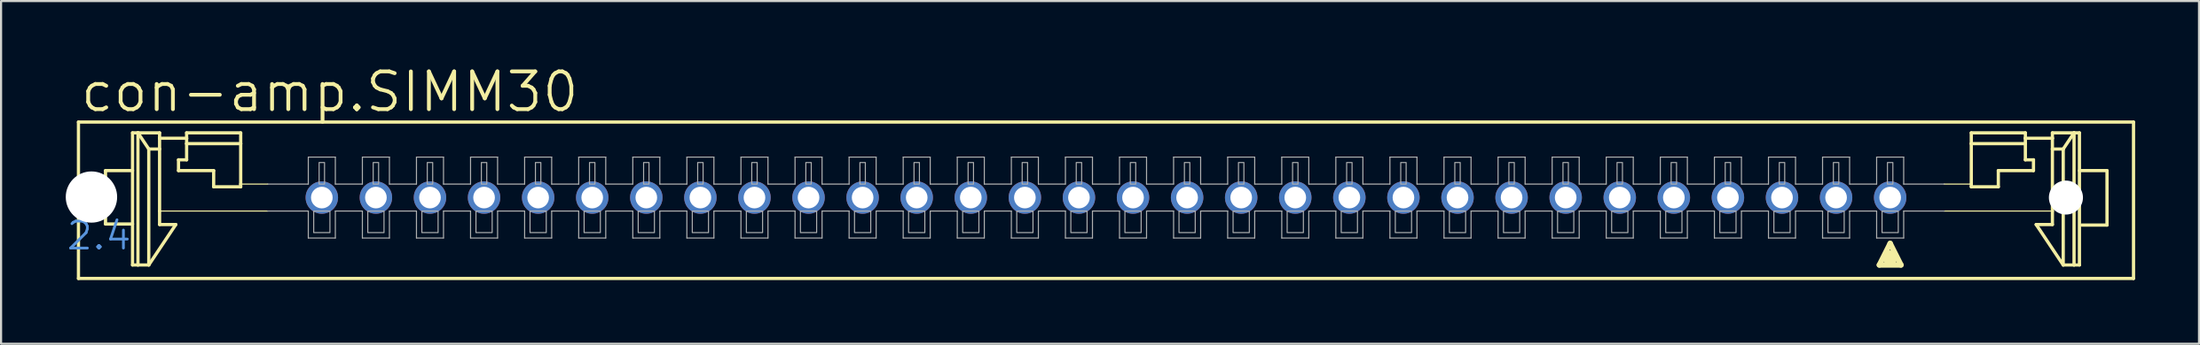
<source format=kicad_pcb>
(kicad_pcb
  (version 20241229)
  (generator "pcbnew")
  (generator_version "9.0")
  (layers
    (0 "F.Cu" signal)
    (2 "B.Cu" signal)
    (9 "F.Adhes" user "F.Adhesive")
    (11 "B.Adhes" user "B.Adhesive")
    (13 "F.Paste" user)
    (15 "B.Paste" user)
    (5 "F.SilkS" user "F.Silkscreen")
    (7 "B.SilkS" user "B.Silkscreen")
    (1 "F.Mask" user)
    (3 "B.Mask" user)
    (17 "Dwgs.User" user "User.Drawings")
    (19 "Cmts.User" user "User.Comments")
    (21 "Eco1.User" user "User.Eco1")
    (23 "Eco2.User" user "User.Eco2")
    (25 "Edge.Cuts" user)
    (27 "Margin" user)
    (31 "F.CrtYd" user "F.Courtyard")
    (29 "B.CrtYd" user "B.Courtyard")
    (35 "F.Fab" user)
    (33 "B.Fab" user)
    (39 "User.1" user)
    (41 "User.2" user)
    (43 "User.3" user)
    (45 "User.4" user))
  (footprint "con-amp.SIMM30"
    (layer "F.Cu")
    (at 48.895 6.255)
    (property "Reference" "con-amp.SIMM30" (at -48.26 -3.937 0) (layer "F.SilkS") (effects (font (size 1.778 1.778) (thickness 0.18)) (justify left bottom)))
    (attr through_hole)
    (fp_line (start -48.26 -3.556) (end -48.26 3.81) (stroke (width 0.152) (type default)) (layer "F.SilkS"))
    (fp_line (start -48.26 3.81) (end 48.26 3.81) (stroke (width 0.152) (type default)) (layer "F.SilkS"))
    (fp_line (start -46.99 -1.27) (end -46.99 1.245) (stroke (width 0.152) (type default)) (layer "F.SilkS"))
    (fp_line (start -46.99 1.245) (end -45.72 1.245) (stroke (width 0.152) (type default)) (layer "F.SilkS"))
    (fp_line (start -45.72 -3.048) (end -45.72 3.175) (stroke (width 0.152) (type default)) (layer "F.SilkS"))
    (fp_line (start -45.72 -3.048) (end -45.466 -3.048) (stroke (width 0.152) (type default)) (layer "F.SilkS"))
    (fp_line (start -45.72 -1.27) (end -46.99 -1.27) (stroke (width 0.152) (type default)) (layer "F.SilkS"))
    (fp_line (start -45.466 -3.048) (end -45.466 3.175) (stroke (width 0.152) (type default)) (layer "F.SilkS"))
    (fp_line (start -45.466 -3.048) (end -44.958 -2.286) (stroke (width 0.152) (type default)) (layer "F.SilkS"))
    (fp_line (start -45.466 -3.048) (end -44.45 -3.048) (stroke (width 0.152) (type default)) (layer "F.SilkS"))
    (fp_line (start -45.466 3.175) (end -45.72 3.175) (stroke (width 0.152) (type default)) (layer "F.SilkS"))
    (fp_line (start -44.958 3.175) (end -45.466 3.175) (stroke (width 0.152) (type default)) (layer "F.SilkS"))
    (fp_line (start -44.958 3.175) (end -44.958 -2.286) (stroke (width 0.152) (type default)) (layer "F.SilkS"))
    (fp_line (start -44.45 -3.048) (end -44.45 -2.794) (stroke (width 0.152) (type default)) (layer "F.SilkS"))
    (fp_line (start -44.45 -2.794) (end -44.45 -2.286) (stroke (width 0.152) (type default)) (layer "F.SilkS"))
    (fp_line (start -44.45 -2.794) (end -43.18 -2.794) (stroke (width 0.152) (type default)) (layer "F.SilkS"))
    (fp_line (start -44.45 -2.286) (end -44.958 -2.286) (stroke (width 0.152) (type default)) (layer "F.SilkS"))
    (fp_line (start -44.45 0.635) (end -44.45 -2.286) (stroke (width 0.152) (type default)) (layer "F.SilkS"))
    (fp_line (start -44.45 1.27) (end -44.45 0.635) (stroke (width 0.152) (type default)) (layer "F.SilkS"))
    (fp_line (start -44.45 1.27) (end -43.688 1.27) (stroke (width 0.152) (type default)) (layer "F.SilkS"))
    (fp_line (start -43.688 1.27) (end -44.958 3.175) (stroke (width 0.152) (type default)) (layer "F.SilkS"))
    (fp_line (start -43.561 -1.778) (end -43.18 -1.778) (stroke (width 0.152) (type default)) (layer "F.SilkS"))
    (fp_line (start -43.561 -1.27) (end -43.561 -1.778) (stroke (width 0.152) (type default)) (layer "F.SilkS"))
    (fp_line (start -43.18 -3.048) (end -40.64 -3.048) (stroke (width 0.152) (type default)) (layer "F.SilkS"))
    (fp_line (start -43.18 -2.794) (end -43.18 -3.048) (stroke (width 0.152) (type default)) (layer "F.SilkS"))
    (fp_line (start -43.18 -2.54) (end -43.18 -2.794) (stroke (width 0.152) (type default)) (layer "F.SilkS"))
    (fp_line (start -43.18 -2.54) (end -40.64 -2.54) (stroke (width 0.152) (type default)) (layer "F.SilkS"))
    (fp_line (start -43.18 -1.778) (end -43.18 -2.54) (stroke (width 0.152) (type default)) (layer "F.SilkS"))
    (fp_line (start -41.91 -1.27) (end -43.561 -1.27) (stroke (width 0.152) (type default)) (layer "F.SilkS"))
    (fp_line (start -41.91 -0.508) (end -41.91 -1.27) (stroke (width 0.152) (type default)) (layer "F.SilkS"))
    (fp_line (start -40.64 -3.048) (end -40.64 -2.54) (stroke (width 0.152) (type default)) (layer "F.SilkS"))
    (fp_line (start -40.64 -2.54) (end -40.64 -0.635) (stroke (width 0.152) (type default)) (layer "F.SilkS"))
    (fp_line (start -40.64 -0.635) (end -40.64 -0.508) (stroke (width 0.152) (type default)) (layer "F.SilkS"))
    (fp_line (start -40.64 -0.508) (end -41.91 -0.508) (stroke (width 0.152) (type default)) (layer "F.SilkS"))
    (fp_line (start -39.37 -0.635) (end -40.64 -0.635) (stroke (width 0.051) (type default)) (layer "F.SilkS"))
    (fp_line (start -39.37 0.635) (end -44.45 0.635) (stroke (width 0.051) (type default)) (layer "F.SilkS"))
    (fp_line (start 36.322 3.175) (end 37.338 3.175) (stroke (width 0.254) (type default)) (layer "F.SilkS"))
    (fp_line (start 36.83 2.159) (end 36.322 3.175) (stroke (width 0.254) (type default)) (layer "F.SilkS"))
    (fp_line (start 36.83 2.794) (end 36.83 2.921) (stroke (width 0.61) (type default)) (layer "F.SilkS"))
    (fp_line (start 37.338 3.175) (end 36.83 2.159) (stroke (width 0.254) (type default)) (layer "F.SilkS"))
    (fp_line (start 39.37 -0.635) (end 40.64 -0.635) (stroke (width 0.051) (type default)) (layer "F.SilkS"))
    (fp_line (start 39.37 0.635) (end 44.45 0.635) (stroke (width 0.051) (type default)) (layer "F.SilkS"))
    (fp_line (start 40.64 -3.048) (end 40.64 -2.54) (stroke (width 0.152) (type default)) (layer "F.SilkS"))
    (fp_line (start 40.64 -2.54) (end 40.64 -0.635) (stroke (width 0.152) (type default)) (layer "F.SilkS"))
    (fp_line (start 40.64 -0.635) (end 40.64 -0.508) (stroke (width 0.152) (type default)) (layer "F.SilkS"))
    (fp_line (start 40.64 -0.508) (end 41.91 -0.508) (stroke (width 0.152) (type default)) (layer "F.SilkS"))
    (fp_line (start 41.91 -1.27) (end 43.561 -1.27) (stroke (width 0.152) (type default)) (layer "F.SilkS"))
    (fp_line (start 41.91 -0.508) (end 41.91 -1.27) (stroke (width 0.152) (type default)) (layer "F.SilkS"))
    (fp_line (start 43.18 -3.048) (end 40.64 -3.048) (stroke (width 0.152) (type default)) (layer "F.SilkS"))
    (fp_line (start 43.18 -2.794) (end 43.18 -3.048) (stroke (width 0.152) (type default)) (layer "F.SilkS"))
    (fp_line (start 43.18 -2.54) (end 40.64 -2.54) (stroke (width 0.152) (type default)) (layer "F.SilkS"))
    (fp_line (start 43.18 -2.54) (end 43.18 -2.794) (stroke (width 0.152) (type default)) (layer "F.SilkS"))
    (fp_line (start 43.18 -1.778) (end 43.18 -2.54) (stroke (width 0.152) (type default)) (layer "F.SilkS"))
    (fp_line (start 43.561 -1.778) (end 43.18 -1.778) (stroke (width 0.152) (type default)) (layer "F.SilkS"))
    (fp_line (start 43.561 -1.27) (end 43.561 -1.778) (stroke (width 0.152) (type default)) (layer "F.SilkS"))
    (fp_line (start 43.688 1.27) (end 44.958 3.175) (stroke (width 0.152) (type default)) (layer "F.SilkS"))
    (fp_line (start 44.45 -3.048) (end 44.45 -2.794) (stroke (width 0.152) (type default)) (layer "F.SilkS"))
    (fp_line (start 44.45 -2.794) (end 43.18 -2.794) (stroke (width 0.152) (type default)) (layer "F.SilkS"))
    (fp_line (start 44.45 -2.794) (end 44.45 -2.286) (stroke (width 0.152) (type default)) (layer "F.SilkS"))
    (fp_line (start 44.45 -2.286) (end 44.45 0.635) (stroke (width 0.152) (type default)) (layer "F.SilkS"))
    (fp_line (start 44.45 -2.286) (end 44.958 -2.286) (stroke (width 0.152) (type default)) (layer "F.SilkS"))
    (fp_line (start 44.45 0.635) (end 44.45 1.27) (stroke (width 0.152) (type default)) (layer "F.SilkS"))
    (fp_line (start 44.45 1.27) (end 43.688 1.27) (stroke (width 0.152) (type default)) (layer "F.SilkS"))
    (fp_line (start 44.958 3.175) (end 44.958 -2.286) (stroke (width 0.152) (type default)) (layer "F.SilkS"))
    (fp_line (start 44.958 3.175) (end 45.466 3.175) (stroke (width 0.152) (type default)) (layer "F.SilkS"))
    (fp_line (start 45.466 -3.048) (end 44.45 -3.048) (stroke (width 0.152) (type default)) (layer "F.SilkS"))
    (fp_line (start 45.466 -3.048) (end 44.958 -2.286) (stroke (width 0.152) (type default)) (layer "F.SilkS"))
    (fp_line (start 45.466 -3.048) (end 45.466 3.175) (stroke (width 0.152) (type default)) (layer "F.SilkS"))
    (fp_line (start 45.466 3.175) (end 45.72 3.175) (stroke (width 0.152) (type default)) (layer "F.SilkS"))
    (fp_line (start 45.72 -3.048) (end 45.466 -3.048) (stroke (width 0.152) (type default)) (layer "F.SilkS"))
    (fp_line (start 45.72 -3.048) (end 45.72 3.175) (stroke (width 0.152) (type default)) (layer "F.SilkS"))
    (fp_line (start 45.72 -1.27) (end 47.015 -1.27) (stroke (width 0.152) (type default)) (layer "F.SilkS"))
    (fp_line (start 47.015 -1.27) (end 47.015 1.295) (stroke (width 0.152) (type default)) (layer "F.SilkS"))
    (fp_line (start 47.015 1.295) (end 45.822 1.295) (stroke (width 0.152) (type default)) (layer "F.SilkS"))
    (fp_line (start 48.26 -3.556) (end -48.26 -3.556) (stroke (width 0.152) (type default)) (layer "F.SilkS"))
    (fp_line (start 48.26 3.81) (end 48.26 -3.556) (stroke (width 0.152) (type default)) (layer "F.SilkS"))
    (fp_line (start -37.465 -0.635) (end -39.37 -0.635) (stroke (width 0.051) (type default)) (layer "F.Fab"))
    (fp_line (start -37.465 -0.635) (end -37.465 -1.905) (stroke (width 0.051) (type default)) (layer "F.Fab"))
    (fp_line (start -37.465 0.635) (end -39.37 0.635) (stroke (width 0.051) (type default)) (layer "F.Fab"))
    (fp_line (start -37.465 0.635) (end -37.465 1.905) (stroke (width 0.051) (type default)) (layer "F.Fab"))
    (fp_line (start -36.195 -1.905) (end -37.465 -1.905) (stroke (width 0.051) (type default)) (layer "F.Fab"))
    (fp_line (start -36.195 -1.905) (end -36.195 -0.635) (stroke (width 0.051) (type default)) (layer "F.Fab"))
    (fp_line (start -36.195 1.905) (end -37.465 1.905) (stroke (width 0.051) (type default)) (layer "F.Fab"))
    (fp_line (start -36.195 1.905) (end -36.195 0.635) (stroke (width 0.051) (type default)) (layer "F.Fab"))
    (fp_line (start -34.925 -0.635) (end -36.195 -0.635) (stroke (width 0.051) (type default)) (layer "F.Fab"))
    (fp_line (start -34.925 -0.635) (end -34.925 -1.905) (stroke (width 0.051) (type default)) (layer "F.Fab"))
    (fp_line (start -34.925 0.635) (end -36.195 0.635) (stroke (width 0.051) (type default)) (layer "F.Fab"))
    (fp_line (start -34.925 0.635) (end -34.925 1.905) (stroke (width 0.051) (type default)) (layer "F.Fab"))
    (fp_line (start -33.655 -1.905) (end -34.925 -1.905) (stroke (width 0.051) (type default)) (layer "F.Fab"))
    (fp_line (start -33.655 -1.905) (end -33.655 -0.635) (stroke (width 0.051) (type default)) (layer "F.Fab"))
    (fp_line (start -33.655 1.905) (end -34.925 1.905) (stroke (width 0.051) (type default)) (layer "F.Fab"))
    (fp_line (start -33.655 1.905) (end -33.655 0.635) (stroke (width 0.051) (type default)) (layer "F.Fab"))
    (fp_line (start -32.385 -0.635) (end -33.655 -0.635) (stroke (width 0.051) (type default)) (layer "F.Fab"))
    (fp_line (start -32.385 -0.635) (end -32.385 -1.905) (stroke (width 0.051) (type default)) (layer "F.Fab"))
    (fp_line (start -32.385 0.635) (end -33.655 0.635) (stroke (width 0.051) (type default)) (layer "F.Fab"))
    (fp_line (start -32.385 0.635) (end -32.385 1.905) (stroke (width 0.051) (type default)) (layer "F.Fab"))
    (fp_line (start -31.115 -1.905) (end -32.385 -1.905) (stroke (width 0.051) (type default)) (layer "F.Fab"))
    (fp_line (start -31.115 -1.905) (end -31.115 -0.635) (stroke (width 0.051) (type default)) (layer "F.Fab"))
    (fp_line (start -31.115 1.905) (end -32.385 1.905) (stroke (width 0.051) (type default)) (layer "F.Fab"))
    (fp_line (start -31.115 1.905) (end -31.115 0.635) (stroke (width 0.051) (type default)) (layer "F.Fab"))
    (fp_line (start -29.845 -0.635) (end -31.115 -0.635) (stroke (width 0.051) (type default)) (layer "F.Fab"))
    (fp_line (start -29.845 -0.635) (end -29.845 -1.905) (stroke (width 0.051) (type default)) (layer "F.Fab"))
    (fp_line (start -29.845 0.635) (end -31.115 0.635) (stroke (width 0.051) (type default)) (layer "F.Fab"))
    (fp_line (start -29.845 0.635) (end -29.845 1.905) (stroke (width 0.051) (type default)) (layer "F.Fab"))
    (fp_line (start -28.575 -1.905) (end -29.845 -1.905) (stroke (width 0.051) (type default)) (layer "F.Fab"))
    (fp_line (start -28.575 -1.905) (end -28.575 -0.635) (stroke (width 0.051) (type default)) (layer "F.Fab"))
    (fp_line (start -28.575 1.905) (end -29.845 1.905) (stroke (width 0.051) (type default)) (layer "F.Fab"))
    (fp_line (start -28.575 1.905) (end -28.575 0.635) (stroke (width 0.051) (type default)) (layer "F.Fab"))
    (fp_line (start -27.305 -0.635) (end -28.575 -0.635) (stroke (width 0.051) (type default)) (layer "F.Fab"))
    (fp_line (start -27.305 -0.635) (end -27.305 -1.905) (stroke (width 0.051) (type default)) (layer "F.Fab"))
    (fp_line (start -27.305 0.635) (end -28.575 0.635) (stroke (width 0.051) (type default)) (layer "F.Fab"))
    (fp_line (start -27.305 0.635) (end -27.305 1.905) (stroke (width 0.051) (type default)) (layer "F.Fab"))
    (fp_line (start -26.035 -1.905) (end -27.305 -1.905) (stroke (width 0.051) (type default)) (layer "F.Fab"))
    (fp_line (start -26.035 -1.905) (end -26.035 -0.635) (stroke (width 0.051) (type default)) (layer "F.Fab"))
    (fp_line (start -26.035 1.905) (end -27.305 1.905) (stroke (width 0.051) (type default)) (layer "F.Fab"))
    (fp_line (start -26.035 1.905) (end -26.035 0.635) (stroke (width 0.051) (type default)) (layer "F.Fab"))
    (fp_line (start -24.765 -0.635) (end -26.035 -0.635) (stroke (width 0.051) (type default)) (layer "F.Fab"))
    (fp_line (start -24.765 -0.635) (end -24.765 -1.905) (stroke (width 0.051) (type default)) (layer "F.Fab"))
    (fp_line (start -24.765 0.635) (end -26.035 0.635) (stroke (width 0.051) (type default)) (layer "F.Fab"))
    (fp_line (start -24.765 0.635) (end -24.765 1.905) (stroke (width 0.051) (type default)) (layer "F.Fab"))
    (fp_line (start -23.495 -1.905) (end -24.765 -1.905) (stroke (width 0.051) (type default)) (layer "F.Fab"))
    (fp_line (start -23.495 -1.905) (end -23.495 -0.635) (stroke (width 0.051) (type default)) (layer "F.Fab"))
    (fp_line (start -23.495 1.905) (end -24.765 1.905) (stroke (width 0.051) (type default)) (layer "F.Fab"))
    (fp_line (start -23.495 1.905) (end -23.495 0.635) (stroke (width 0.051) (type default)) (layer "F.Fab"))
    (fp_line (start -22.225 -0.635) (end -23.495 -0.635) (stroke (width 0.051) (type default)) (layer "F.Fab"))
    (fp_line (start -22.225 -0.635) (end -22.225 -1.905) (stroke (width 0.051) (type default)) (layer "F.Fab"))
    (fp_line (start -22.225 0.635) (end -23.495 0.635) (stroke (width 0.051) (type default)) (layer "F.Fab"))
    (fp_line (start -22.225 0.635) (end -22.225 1.905) (stroke (width 0.051) (type default)) (layer "F.Fab"))
    (fp_line (start -20.955 -1.905) (end -22.225 -1.905) (stroke (width 0.051) (type default)) (layer "F.Fab"))
    (fp_line (start -20.955 -1.905) (end -20.955 -0.635) (stroke (width 0.051) (type default)) (layer "F.Fab"))
    (fp_line (start -20.955 1.905) (end -22.225 1.905) (stroke (width 0.051) (type default)) (layer "F.Fab"))
    (fp_line (start -20.955 1.905) (end -20.955 0.635) (stroke (width 0.051) (type default)) (layer "F.Fab"))
    (fp_line (start -19.685 -0.635) (end -20.955 -0.635) (stroke (width 0.051) (type default)) (layer "F.Fab"))
    (fp_line (start -19.685 -0.635) (end -19.685 -1.905) (stroke (width 0.051) (type default)) (layer "F.Fab"))
    (fp_line (start -19.685 0.635) (end -20.955 0.635) (stroke (width 0.051) (type default)) (layer "F.Fab"))
    (fp_line (start -19.685 0.635) (end -19.685 1.905) (stroke (width 0.051) (type default)) (layer "F.Fab"))
    (fp_line (start -18.415 -1.905) (end -19.685 -1.905) (stroke (width 0.051) (type default)) (layer "F.Fab"))
    (fp_line (start -18.415 -1.905) (end -18.415 -0.635) (stroke (width 0.051) (type default)) (layer "F.Fab"))
    (fp_line (start -18.415 1.905) (end -19.685 1.905) (stroke (width 0.051) (type default)) (layer "F.Fab"))
    (fp_line (start -18.415 1.905) (end -18.415 0.635) (stroke (width 0.051) (type default)) (layer "F.Fab"))
    (fp_line (start -17.145 -1.905) (end -15.875 -1.905) (stroke (width 0.051) (type default)) (layer "F.Fab"))
    (fp_line (start -17.145 -0.635) (end -18.415 -0.635) (stroke (width 0.051) (type default)) (layer "F.Fab"))
    (fp_line (start -17.145 -0.635) (end -17.145 -1.905) (stroke (width 0.051) (type default)) (layer "F.Fab"))
    (fp_line (start -17.145 0.635) (end -18.415 0.635) (stroke (width 0.051) (type default)) (layer "F.Fab"))
    (fp_line (start -17.145 1.905) (end -17.145 0.635) (stroke (width 0.051) (type default)) (layer "F.Fab"))
    (fp_line (start -17.145 1.905) (end -15.875 1.905) (stroke (width 0.051) (type default)) (layer "F.Fab"))
    (fp_line (start -15.875 -1.905) (end -15.875 -0.635) (stroke (width 0.051) (type default)) (layer "F.Fab"))
    (fp_line (start -15.875 -0.635) (end -14.605 -0.635) (stroke (width 0.051) (type default)) (layer "F.Fab"))
    (fp_line (start -15.875 0.635) (end -14.605 0.635) (stroke (width 0.051) (type default)) (layer "F.Fab"))
    (fp_line (start -15.875 1.905) (end -15.875 0.635) (stroke (width 0.051) (type default)) (layer "F.Fab"))
    (fp_line (start -14.605 -1.905) (end -13.335 -1.905) (stroke (width 0.051) (type default)) (layer "F.Fab"))
    (fp_line (start -14.605 -0.635) (end -14.605 -1.905) (stroke (width 0.051) (type default)) (layer "F.Fab"))
    (fp_line (start -14.605 0.635) (end -14.605 1.905) (stroke (width 0.051) (type default)) (layer "F.Fab"))
    (fp_line (start -14.605 1.905) (end -13.335 1.905) (stroke (width 0.051) (type default)) (layer "F.Fab"))
    (fp_line (start -13.335 -1.905) (end -13.335 -0.635) (stroke (width 0.051) (type default)) (layer "F.Fab"))
    (fp_line (start -13.335 -0.635) (end -12.065 -0.635) (stroke (width 0.051) (type default)) (layer "F.Fab"))
    (fp_line (start -13.335 0.635) (end -13.335 1.905) (stroke (width 0.051) (type default)) (layer "F.Fab"))
    (fp_line (start -13.335 0.635) (end -12.065 0.635) (stroke (width 0.051) (type default)) (layer "F.Fab"))
    (fp_line (start -12.065 -0.635) (end -12.065 -1.905) (stroke (width 0.051) (type default)) (layer "F.Fab"))
    (fp_line (start -12.065 1.905) (end -12.065 0.635) (stroke (width 0.051) (type default)) (layer "F.Fab"))
    (fp_line (start -12.065 1.905) (end -10.795 1.905) (stroke (width 0.051) (type default)) (layer "F.Fab"))
    (fp_line (start -10.795 -1.905) (end -12.065 -1.905) (stroke (width 0.051) (type default)) (layer "F.Fab"))
    (fp_line (start -10.795 -1.905) (end -10.795 -0.635) (stroke (width 0.051) (type default)) (layer "F.Fab"))
    (fp_line (start -10.795 0.635) (end -9.525 0.635) (stroke (width 0.051) (type default)) (layer "F.Fab"))
    (fp_line (start -10.795 1.905) (end -10.795 0.635) (stroke (width 0.051) (type default)) (layer "F.Fab"))
    (fp_line (start -9.525 -0.635) (end -10.795 -0.635) (stroke (width 0.051) (type default)) (layer "F.Fab"))
    (fp_line (start -9.525 -0.635) (end -9.525 -1.905) (stroke (width 0.051) (type default)) (layer "F.Fab"))
    (fp_line (start -9.525 1.905) (end -9.525 0.635) (stroke (width 0.051) (type default)) (layer "F.Fab"))
    (fp_line (start -9.525 1.905) (end -8.255 1.905) (stroke (width 0.051) (type default)) (layer "F.Fab"))
    (fp_line (start -8.255 -1.905) (end -9.525 -1.905) (stroke (width 0.051) (type default)) (layer "F.Fab"))
    (fp_line (start -8.255 -1.905) (end -8.255 -0.635) (stroke (width 0.051) (type default)) (layer "F.Fab"))
    (fp_line (start -8.255 0.635) (end -6.985 0.635) (stroke (width 0.051) (type default)) (layer "F.Fab"))
    (fp_line (start -8.255 1.905) (end -8.255 0.635) (stroke (width 0.051) (type default)) (layer "F.Fab"))
    (fp_line (start -6.985 -0.635) (end -8.255 -0.635) (stroke (width 0.051) (type default)) (layer "F.Fab"))
    (fp_line (start -6.985 -0.635) (end -6.985 -1.905) (stroke (width 0.051) (type default)) (layer "F.Fab"))
    (fp_line (start -6.985 1.905) (end -6.985 0.635) (stroke (width 0.051) (type default)) (layer "F.Fab"))
    (fp_line (start -6.985 1.905) (end -5.715 1.905) (stroke (width 0.051) (type default)) (layer "F.Fab"))
    (fp_line (start -5.715 -1.905) (end -6.985 -1.905) (stroke (width 0.051) (type default)) (layer "F.Fab"))
    (fp_line (start -5.715 -1.905) (end -5.715 -0.635) (stroke (width 0.051) (type default)) (layer "F.Fab"))
    (fp_line (start -5.715 0.635) (end -4.445 0.635) (stroke (width 0.051) (type default)) (layer "F.Fab"))
    (fp_line (start -5.715 1.905) (end -5.715 0.635) (stroke (width 0.051) (type default)) (layer "F.Fab"))
    (fp_line (start -4.445 -0.635) (end -5.715 -0.635) (stroke (width 0.051) (type default)) (layer "F.Fab"))
    (fp_line (start -4.445 -0.635) (end -4.445 -1.905) (stroke (width 0.051) (type default)) (layer "F.Fab"))
    (fp_line (start -4.445 1.905) (end -4.445 0.635) (stroke (width 0.051) (type default)) (layer "F.Fab"))
    (fp_line (start -4.445 1.905) (end -3.175 1.905) (stroke (width 0.051) (type default)) (layer "F.Fab"))
    (fp_line (start -3.175 -1.905) (end -4.445 -1.905) (stroke (width 0.051) (type default)) (layer "F.Fab"))
    (fp_line (start -3.175 -1.905) (end -3.175 -0.635) (stroke (width 0.051) (type default)) (layer "F.Fab"))
    (fp_line (start -3.175 -0.635) (end -1.905 -0.635) (stroke (width 0.051) (type default)) (layer "F.Fab"))
    (fp_line (start -3.175 0.635) (end -1.905 0.635) (stroke (width 0.051) (type default)) (layer "F.Fab"))
    (fp_line (start -3.175 1.905) (end -3.175 0.635) (stroke (width 0.051) (type default)) (layer "F.Fab"))
    (fp_line (start -1.905 -0.635) (end -1.905 -1.905) (stroke (width 0.051) (type default)) (layer "F.Fab"))
    (fp_line (start -1.905 1.905) (end -1.905 0.635) (stroke (width 0.051) (type default)) (layer "F.Fab"))
    (fp_line (start -1.905 1.905) (end -0.635 1.905) (stroke (width 0.051) (type default)) (layer "F.Fab"))
    (fp_line (start -0.635 -1.905) (end -1.905 -1.905) (stroke (width 0.051) (type default)) (layer "F.Fab"))
    (fp_line (start -0.635 -1.905) (end -0.635 -0.635) (stroke (width 0.051) (type default)) (layer "F.Fab"))
    (fp_line (start -0.635 0.635) (end -0.635 1.905) (stroke (width 0.051) (type default)) (layer "F.Fab"))
    (fp_line (start -0.635 0.635) (end 0.635 0.635) (stroke (width 0.051) (type default)) (layer "F.Fab"))
    (fp_line (start 0.635 -0.635) (end -0.635 -0.635) (stroke (width 0.051) (type default)) (layer "F.Fab"))
    (fp_line (start 0.635 -0.635) (end 0.635 -1.905) (stroke (width 0.051) (type default)) (layer "F.Fab"))
    (fp_line (start 0.635 1.905) (end 0.635 0.635) (stroke (width 0.051) (type default)) (layer "F.Fab"))
    (fp_line (start 0.635 1.905) (end 1.905 1.905) (stroke (width 0.051) (type default)) (layer "F.Fab"))
    (fp_line (start 1.905 -1.905) (end 0.635 -1.905) (stroke (width 0.051) (type default)) (layer "F.Fab"))
    (fp_line (start 1.905 -1.905) (end 1.905 -0.635) (stroke (width 0.051) (type default)) (layer "F.Fab"))
    (fp_line (start 1.905 0.635) (end 1.905 1.905) (stroke (width 0.051) (type default)) (layer "F.Fab"))
    (fp_line (start 1.905 0.635) (end 3.175 0.635) (stroke (width 0.051) (type default)) (layer "F.Fab"))
    (fp_line (start 3.175 -0.635) (end 1.905 -0.635) (stroke (width 0.051) (type default)) (layer "F.Fab"))
    (fp_line (start 3.175 -0.635) (end 3.175 -1.905) (stroke (width 0.051) (type default)) (layer "F.Fab"))
    (fp_line (start 3.175 0.635) (end 3.175 1.905) (stroke (width 0.051) (type default)) (layer "F.Fab"))
    (fp_line (start 3.175 1.905) (end 4.445 1.905) (stroke (width 0.051) (type default)) (layer "F.Fab"))
    (fp_line (start 4.445 -1.905) (end 3.175 -1.905) (stroke (width 0.051) (type default)) (layer "F.Fab"))
    (fp_line (start 4.445 -1.905) (end 4.445 -0.635) (stroke (width 0.051) (type default)) (layer "F.Fab"))
    (fp_line (start 4.445 0.635) (end 4.445 1.905) (stroke (width 0.051) (type default)) (layer "F.Fab"))
    (fp_line (start 4.445 0.635) (end 5.715 0.635) (stroke (width 0.051) (type default)) (layer "F.Fab"))
    (fp_line (start 5.715 -0.635) (end 4.445 -0.635) (stroke (width 0.051) (type default)) (layer "F.Fab"))
    (fp_line (start 5.715 -0.635) (end 5.715 -1.905) (stroke (width 0.051) (type default)) (layer "F.Fab"))
    (fp_line (start 5.715 1.905) (end 5.715 0.635) (stroke (width 0.051) (type default)) (layer "F.Fab"))
    (fp_line (start 5.715 1.905) (end 6.985 1.905) (stroke (width 0.051) (type default)) (layer "F.Fab"))
    (fp_line (start 6.985 -1.905) (end 5.715 -1.905) (stroke (width 0.051) (type default)) (layer "F.Fab"))
    (fp_line (start 6.985 -1.905) (end 6.985 -0.635) (stroke (width 0.051) (type default)) (layer "F.Fab"))
    (fp_line (start 6.985 0.635) (end 6.985 1.905) (stroke (width 0.051) (type default)) (layer "F.Fab"))
    (fp_line (start 6.985 0.635) (end 8.255 0.635) (stroke (width 0.051) (type default)) (layer "F.Fab"))
    (fp_line (start 8.255 -0.635) (end 6.985 -0.635) (stroke (width 0.051) (type default)) (layer "F.Fab"))
    (fp_line (start 8.255 -0.635) (end 8.255 -1.905) (stroke (width 0.051) (type default)) (layer "F.Fab"))
    (fp_line (start 8.255 1.905) (end 8.255 0.635) (stroke (width 0.051) (type default)) (layer "F.Fab"))
    (fp_line (start 8.255 1.905) (end 9.525 1.905) (stroke (width 0.051) (type default)) (layer "F.Fab"))
    (fp_line (start 9.525 -1.905) (end 8.255 -1.905) (stroke (width 0.051) (type default)) (layer "F.Fab"))
    (fp_line (start 9.525 -1.905) (end 9.525 -0.635) (stroke (width 0.051) (type default)) (layer "F.Fab"))
    (fp_line (start 9.525 0.635) (end 9.525 1.905) (stroke (width 0.051) (type default)) (layer "F.Fab"))
    (fp_line (start 9.525 0.635) (end 10.795 0.635) (stroke (width 0.051) (type default)) (layer "F.Fab"))
    (fp_line (start 10.795 -0.635) (end 9.525 -0.635) (stroke (width 0.051) (type default)) (layer "F.Fab"))
    (fp_line (start 10.795 -0.635) (end 10.795 -1.905) (stroke (width 0.051) (type default)) (layer "F.Fab"))
    (fp_line (start 10.795 1.905) (end 10.795 0.635) (stroke (width 0.051) (type default)) (layer "F.Fab"))
    (fp_line (start 10.795 1.905) (end 12.065 1.905) (stroke (width 0.051) (type default)) (layer "F.Fab"))
    (fp_line (start 12.065 -1.905) (end 10.795 -1.905) (stroke (width 0.051) (type default)) (layer "F.Fab"))
    (fp_line (start 12.065 -1.905) (end 12.065 -0.635) (stroke (width 0.051) (type default)) (layer "F.Fab"))
    (fp_line (start 12.065 0.635) (end 13.335 0.635) (stroke (width 0.051) (type default)) (layer "F.Fab"))
    (fp_line (start 12.065 1.905) (end 12.065 0.635) (stroke (width 0.051) (type default)) (layer "F.Fab"))
    (fp_line (start 13.335 -0.635) (end 12.065 -0.635) (stroke (width 0.051) (type default)) (layer "F.Fab"))
    (fp_line (start 13.335 -0.635) (end 13.335 -1.905) (stroke (width 0.051) (type default)) (layer "F.Fab"))
    (fp_line (start 13.335 1.905) (end 13.335 0.635) (stroke (width 0.051) (type default)) (layer "F.Fab"))
    (fp_line (start 13.335 1.905) (end 14.605 1.905) (stroke (width 0.051) (type default)) (layer "F.Fab"))
    (fp_line (start 14.605 -1.905) (end 13.335 -1.905) (stroke (width 0.051) (type default)) (layer "F.Fab"))
    (fp_line (start 14.605 -1.905) (end 14.605 -0.635) (stroke (width 0.051) (type default)) (layer "F.Fab"))
    (fp_line (start 14.605 -0.635) (end 15.875 -0.635) (stroke (width 0.051) (type default)) (layer "F.Fab"))
    (fp_line (start 14.605 0.635) (end 15.875 0.635) (stroke (width 0.051) (type default)) (layer "F.Fab"))
    (fp_line (start 14.605 1.905) (end 14.605 0.635) (stroke (width 0.051) (type default)) (layer "F.Fab"))
    (fp_line (start 15.875 -0.635) (end 15.875 -1.905) (stroke (width 0.051) (type default)) (layer "F.Fab"))
    (fp_line (start 15.875 1.905) (end 15.875 0.635) (stroke (width 0.051) (type default)) (layer "F.Fab"))
    (fp_line (start 15.875 1.905) (end 17.145 1.905) (stroke (width 0.051) (type default)) (layer "F.Fab"))
    (fp_line (start 17.145 -1.905) (end 15.875 -1.905) (stroke (width 0.051) (type default)) (layer "F.Fab"))
    (fp_line (start 17.145 -1.905) (end 17.145 -0.635) (stroke (width 0.051) (type default)) (layer "F.Fab"))
    (fp_line (start 17.145 0.635) (end 17.145 1.905) (stroke (width 0.051) (type default)) (layer "F.Fab"))
    (fp_line (start 17.145 0.635) (end 18.415 0.635) (stroke (width 0.051) (type default)) (layer "F.Fab"))
    (fp_line (start 18.415 -0.635) (end 17.145 -0.635) (stroke (width 0.051) (type default)) (layer "F.Fab"))
    (fp_line (start 18.415 -0.635) (end 18.415 -1.905) (stroke (width 0.051) (type default)) (layer "F.Fab"))
    (fp_line (start 18.415 0.635) (end 18.415 1.905) (stroke (width 0.051) (type default)) (layer "F.Fab"))
    (fp_line (start 18.415 1.905) (end 19.685 1.905) (stroke (width 0.051) (type default)) (layer "F.Fab"))
    (fp_line (start 19.685 -1.905) (end 18.415 -1.905) (stroke (width 0.051) (type default)) (layer "F.Fab"))
    (fp_line (start 19.685 -1.905) (end 19.685 -0.635) (stroke (width 0.051) (type default)) (layer "F.Fab"))
    (fp_line (start 19.685 0.635) (end 19.685 1.905) (stroke (width 0.051) (type default)) (layer "F.Fab"))
    (fp_line (start 19.685 0.635) (end 20.955 0.635) (stroke (width 0.051) (type default)) (layer "F.Fab"))
    (fp_line (start 20.955 -0.635) (end 19.685 -0.635) (stroke (width 0.051) (type default)) (layer "F.Fab"))
    (fp_line (start 20.955 -0.635) (end 20.955 -1.905) (stroke (width 0.051) (type default)) (layer "F.Fab"))
    (fp_line (start 20.955 0.635) (end 20.955 1.905) (stroke (width 0.051) (type default)) (layer "F.Fab"))
    (fp_line (start 20.955 1.905) (end 22.225 1.905) (stroke (width 0.051) (type default)) (layer "F.Fab"))
    (fp_line (start 22.225 -1.905) (end 20.955 -1.905) (stroke (width 0.051) (type default)) (layer "F.Fab"))
    (fp_line (start 22.225 -1.905) (end 22.225 -0.635) (stroke (width 0.051) (type default)) (layer "F.Fab"))
    (fp_line (start 22.225 0.635) (end 22.225 1.905) (stroke (width 0.051) (type default)) (layer "F.Fab"))
    (fp_line (start 22.225 0.635) (end 23.495 0.635) (stroke (width 0.051) (type default)) (layer "F.Fab"))
    (fp_line (start 23.495 -0.635) (end 22.225 -0.635) (stroke (width 0.051) (type default)) (layer "F.Fab"))
    (fp_line (start 23.495 -0.635) (end 23.495 -1.905) (stroke (width 0.051) (type default)) (layer "F.Fab"))
    (fp_line (start 23.495 0.635) (end 23.495 1.905) (stroke (width 0.051) (type default)) (layer "F.Fab"))
    (fp_line (start 23.495 1.905) (end 24.765 1.905) (stroke (width 0.051) (type default)) (layer "F.Fab"))
    (fp_line (start 24.765 -1.905) (end 23.495 -1.905) (stroke (width 0.051) (type default)) (layer "F.Fab"))
    (fp_line (start 24.765 -1.905) (end 24.765 -0.635) (stroke (width 0.051) (type default)) (layer "F.Fab"))
    (fp_line (start 24.765 0.635) (end 26.035 0.635) (stroke (width 0.051) (type default)) (layer "F.Fab"))
    (fp_line (start 24.765 1.905) (end 24.765 0.635) (stroke (width 0.051) (type default)) (layer "F.Fab"))
    (fp_line (start 26.035 -0.635) (end 24.765 -0.635) (stroke (width 0.051) (type default)) (layer "F.Fab"))
    (fp_line (start 26.035 -0.635) (end 26.035 -1.905) (stroke (width 0.051) (type default)) (layer "F.Fab"))
    (fp_line (start 26.035 1.905) (end 26.035 0.635) (stroke (width 0.051) (type default)) (layer "F.Fab"))
    (fp_line (start 26.035 1.905) (end 27.305 1.905) (stroke (width 0.051) (type default)) (layer "F.Fab"))
    (fp_line (start 27.305 -1.905) (end 26.035 -1.905) (stroke (width 0.051) (type default)) (layer "F.Fab"))
    (fp_line (start 27.305 -1.905) (end 27.305 -0.635) (stroke (width 0.051) (type default)) (layer "F.Fab"))
    (fp_line (start 27.305 0.635) (end 28.575 0.635) (stroke (width 0.051) (type default)) (layer "F.Fab"))
    (fp_line (start 27.305 1.905) (end 27.305 0.635) (stroke (width 0.051) (type default)) (layer "F.Fab"))
    (fp_line (start 28.575 -0.635) (end 27.305 -0.635) (stroke (width 0.051) (type default)) (layer "F.Fab"))
    (fp_line (start 28.575 -0.635) (end 28.575 -1.905) (stroke (width 0.051) (type default)) (layer "F.Fab"))
    (fp_line (start 28.575 0.635) (end 28.575 1.905) (stroke (width 0.051) (type default)) (layer "F.Fab"))
    (fp_line (start 28.575 1.905) (end 29.845 1.905) (stroke (width 0.051) (type default)) (layer "F.Fab"))
    (fp_line (start 29.845 -1.905) (end 28.575 -1.905) (stroke (width 0.051) (type default)) (layer "F.Fab"))
    (fp_line (start 29.845 -1.905) (end 29.845 -0.635) (stroke (width 0.051) (type default)) (layer "F.Fab"))
    (fp_line (start 29.845 0.635) (end 31.115 0.635) (stroke (width 0.051) (type default)) (layer "F.Fab"))
    (fp_line (start 29.845 1.905) (end 29.845 0.635) (stroke (width 0.051) (type default)) (layer "F.Fab"))
    (fp_line (start 31.115 -0.635) (end 29.845 -0.635) (stroke (width 0.051) (type default)) (layer "F.Fab"))
    (fp_line (start 31.115 -0.635) (end 31.115 -1.905) (stroke (width 0.051) (type default)) (layer "F.Fab"))
    (fp_line (start 31.115 0.635) (end 31.115 1.905) (stroke (width 0.051) (type default)) (layer "F.Fab"))
    (fp_line (start 31.115 1.905) (end 32.385 1.905) (stroke (width 0.051) (type default)) (layer "F.Fab"))
    (fp_line (start 32.385 -1.905) (end 31.115 -1.905) (stroke (width 0.051) (type default)) (layer "F.Fab"))
    (fp_line (start 32.385 -1.905) (end 32.385 -0.635) (stroke (width 0.051) (type default)) (layer "F.Fab"))
    (fp_line (start 32.385 0.635) (end 32.385 1.905) (stroke (width 0.051) (type default)) (layer "F.Fab"))
    (fp_line (start 32.385 0.635) (end 33.655 0.635) (stroke (width 0.051) (type default)) (layer "F.Fab"))
    (fp_line (start 33.655 -0.635) (end 32.385 -0.635) (stroke (width 0.051) (type default)) (layer "F.Fab"))
    (fp_line (start 33.655 -0.635) (end 33.655 -1.905) (stroke (width 0.051) (type default)) (layer "F.Fab"))
    (fp_line (start 33.655 0.635) (end 33.655 1.905) (stroke (width 0.051) (type default)) (layer "F.Fab"))
    (fp_line (start 33.655 1.905) (end 34.925 1.905) (stroke (width 0.051) (type default)) (layer "F.Fab"))
    (fp_line (start 34.925 -1.905) (end 33.655 -1.905) (stroke (width 0.051) (type default)) (layer "F.Fab"))
    (fp_line (start 34.925 -1.905) (end 34.925 -0.635) (stroke (width 0.051) (type default)) (layer "F.Fab"))
    (fp_line (start 34.925 0.635) (end 34.925 1.905) (stroke (width 0.051) (type default)) (layer "F.Fab"))
    (fp_line (start 34.925 0.635) (end 36.195 0.635) (stroke (width 0.051) (type default)) (layer "F.Fab"))
    (fp_line (start 36.195 -0.635) (end 34.925 -0.635) (stroke (width 0.051) (type default)) (layer "F.Fab"))
    (fp_line (start 36.195 -0.635) (end 36.195 -1.905) (stroke (width 0.051) (type default)) (layer "F.Fab"))
    (fp_line (start 36.195 0.635) (end 36.195 1.905) (stroke (width 0.051) (type default)) (layer "F.Fab"))
    (fp_line (start 36.195 1.905) (end 37.465 1.905) (stroke (width 0.051) (type default)) (layer "F.Fab"))
    (fp_line (start 37.465 -1.905) (end 36.195 -1.905) (stroke (width 0.051) (type default)) (layer "F.Fab"))
    (fp_line (start 37.465 -1.905) (end 37.465 -0.635) (stroke (width 0.051) (type default)) (layer "F.Fab"))
    (fp_line (start 37.465 0.635) (end 39.37 0.635) (stroke (width 0.051) (type default)) (layer "F.Fab"))
    (fp_line (start 37.465 1.905) (end 37.465 0.635) (stroke (width 0.051) (type default)) (layer "F.Fab"))
    (fp_line (start 39.37 -0.635) (end 37.465 -0.635) (stroke (width 0.051) (type default)) (layer "F.Fab"))
    (fp_rect (start -37.211 1.651) (end -36.449 0.635) (stroke (width 0.05) (type default)) (fill no) (layer "F.Fab"))
    (fp_rect (start -36.957 -0.635) (end -36.703 -1.651) (stroke (width 0.05) (type default)) (fill no) (layer "F.Fab"))
    (fp_rect (start -34.671 1.651) (end -33.909 0.635) (stroke (width 0.05) (type default)) (fill no) (layer "F.Fab"))
    (fp_rect (start -34.417 -0.635) (end -34.163 -1.651) (stroke (width 0.05) (type default)) (fill no) (layer "F.Fab"))
    (fp_rect (start -32.131 1.651) (end -31.369 0.635) (stroke (width 0.05) (type default)) (fill no) (layer "F.Fab"))
    (fp_rect (start -31.877 -0.635) (end -31.623 -1.651) (stroke (width 0.05) (type default)) (fill no) (layer "F.Fab"))
    (fp_rect (start -29.591 1.651) (end -28.829 0.635) (stroke (width 0.05) (type default)) (fill no) (layer "F.Fab"))
    (fp_rect (start -29.337 -0.635) (end -29.083 -1.651) (stroke (width 0.05) (type default)) (fill no) (layer "F.Fab"))
    (fp_rect (start -27.051 1.651) (end -26.289 0.635) (stroke (width 0.05) (type default)) (fill no) (layer "F.Fab"))
    (fp_rect (start -26.797 -0.635) (end -26.543 -1.651) (stroke (width 0.05) (type default)) (fill no) (layer "F.Fab"))
    (fp_rect (start -24.511 1.651) (end -23.749 0.635) (stroke (width 0.05) (type default)) (fill no) (layer "F.Fab"))
    (fp_rect (start -24.257 -0.635) (end -24.003 -1.651) (stroke (width 0.05) (type default)) (fill no) (layer "F.Fab"))
    (fp_rect (start -21.971 1.651) (end -21.209 0.635) (stroke (width 0.05) (type default)) (fill no) (layer "F.Fab"))
    (fp_rect (start -21.717 -0.635) (end -21.463 -1.651) (stroke (width 0.05) (type default)) (fill no) (layer "F.Fab"))
    (fp_rect (start -19.431 1.651) (end -18.669 0.635) (stroke (width 0.05) (type default)) (fill no) (layer "F.Fab"))
    (fp_rect (start -19.177 -0.635) (end -18.923 -1.651) (stroke (width 0.05) (type default)) (fill no) (layer "F.Fab"))
    (fp_rect (start -16.891 1.651) (end -16.129 0.635) (stroke (width 0.05) (type default)) (fill no) (layer "F.Fab"))
    (fp_rect (start -16.637 -0.635) (end -16.383 -1.651) (stroke (width 0.05) (type default)) (fill no) (layer "F.Fab"))
    (fp_rect (start -14.351 1.651) (end -13.589 0.635) (stroke (width 0.05) (type default)) (fill no) (layer "F.Fab"))
    (fp_rect (start -14.097 -0.635) (end -13.843 -1.651) (stroke (width 0.05) (type default)) (fill no) (layer "F.Fab"))
    (fp_rect (start -11.811 1.651) (end -11.049 0.635) (stroke (width 0.05) (type default)) (fill no) (layer "F.Fab"))
    (fp_rect (start -11.557 -0.635) (end -11.303 -1.651) (stroke (width 0.05) (type default)) (fill no) (layer "F.Fab"))
    (fp_rect (start -9.271 1.651) (end -8.509 0.635) (stroke (width 0.05) (type default)) (fill no) (layer "F.Fab"))
    (fp_rect (start -9.017 -0.635) (end -8.763 -1.651) (stroke (width 0.05) (type default)) (fill no) (layer "F.Fab"))
    (fp_rect (start -6.731 1.651) (end -5.969 0.635) (stroke (width 0.05) (type default)) (fill no) (layer "F.Fab"))
    (fp_rect (start -6.477 -0.635) (end -6.223 -1.651) (stroke (width 0.05) (type default)) (fill no) (layer "F.Fab"))
    (fp_rect (start -4.191 1.651) (end -3.429 0.635) (stroke (width 0.05) (type default)) (fill no) (layer "F.Fab"))
    (fp_rect (start -3.937 -0.635) (end -3.683 -1.651) (stroke (width 0.05) (type default)) (fill no) (layer "F.Fab"))
    (fp_rect (start -1.651 1.651) (end -0.889 0.635) (stroke (width 0.05) (type default)) (fill no) (layer "F.Fab"))
    (fp_rect (start -1.397 -0.635) (end -1.143 -1.651) (stroke (width 0.05) (type default)) (fill no) (layer "F.Fab"))
    (fp_rect (start 0.889 1.651) (end 1.651 0.635) (stroke (width 0.05) (type default)) (fill no) (layer "F.Fab"))
    (fp_rect (start 1.143 -0.635) (end 1.397 -1.651) (stroke (width 0.05) (type default)) (fill no) (layer "F.Fab"))
    (fp_rect (start 3.429 1.651) (end 4.191 0.635) (stroke (width 0.05) (type default)) (fill no) (layer "F.Fab"))
    (fp_rect (start 3.683 -0.635) (end 3.937 -1.651) (stroke (width 0.05) (type default)) (fill no) (layer "F.Fab"))
    (fp_rect (start 5.969 1.651) (end 6.731 0.635) (stroke (width 0.05) (type default)) (fill no) (layer "F.Fab"))
    (fp_rect (start 6.223 -0.635) (end 6.477 -1.651) (stroke (width 0.05) (type default)) (fill no) (layer "F.Fab"))
    (fp_rect (start 8.509 1.651) (end 9.271 0.635) (stroke (width 0.05) (type default)) (fill no) (layer "F.Fab"))
    (fp_rect (start 8.763 -0.635) (end 9.017 -1.651) (stroke (width 0.05) (type default)) (fill no) (layer "F.Fab"))
    (fp_rect (start 11.049 1.651) (end 11.811 0.635) (stroke (width 0.05) (type default)) (fill no) (layer "F.Fab"))
    (fp_rect (start 11.303 -0.635) (end 11.557 -1.651) (stroke (width 0.05) (type default)) (fill no) (layer "F.Fab"))
    (fp_rect (start 13.589 1.651) (end 14.351 0.635) (stroke (width 0.05) (type default)) (fill no) (layer "F.Fab"))
    (fp_rect (start 13.843 -0.635) (end 14.097 -1.651) (stroke (width 0.05) (type default)) (fill no) (layer "F.Fab"))
    (fp_rect (start 16.129 1.651) (end 16.891 0.635) (stroke (width 0.05) (type default)) (fill no) (layer "F.Fab"))
    (fp_rect (start 16.383 -0.635) (end 16.637 -1.651) (stroke (width 0.05) (type default)) (fill no) (layer "F.Fab"))
    (fp_rect (start 18.669 1.651) (end 19.431 0.635) (stroke (width 0.05) (type default)) (fill no) (layer "F.Fab"))
    (fp_rect (start 18.923 -0.635) (end 19.177 -1.651) (stroke (width 0.05) (type default)) (fill no) (layer "F.Fab"))
    (fp_rect (start 21.209 1.651) (end 21.971 0.635) (stroke (width 0.05) (type default)) (fill no) (layer "F.Fab"))
    (fp_rect (start 21.463 -0.635) (end 21.717 -1.651) (stroke (width 0.05) (type default)) (fill no) (layer "F.Fab"))
    (fp_rect (start 23.749 1.651) (end 24.511 0.635) (stroke (width 0.05) (type default)) (fill no) (layer "F.Fab"))
    (fp_rect (start 24.003 -0.635) (end 24.257 -1.651) (stroke (width 0.05) (type default)) (fill no) (layer "F.Fab"))
    (fp_rect (start 26.289 1.651) (end 27.051 0.635) (stroke (width 0.05) (type default)) (fill no) (layer "F.Fab"))
    (fp_rect (start 26.543 -0.635) (end 26.797 -1.651) (stroke (width 0.05) (type default)) (fill no) (layer "F.Fab"))
    (fp_rect (start 28.829 1.651) (end 29.591 0.635) (stroke (width 0.05) (type default)) (fill no) (layer "F.Fab"))
    (fp_rect (start 29.083 -0.635) (end 29.337 -1.651) (stroke (width 0.05) (type default)) (fill no) (layer "F.Fab"))
    (fp_rect (start 31.369 1.651) (end 32.131 0.635) (stroke (width 0.05) (type default)) (fill no) (layer "F.Fab"))
    (fp_rect (start 31.623 -0.635) (end 31.877 -1.651) (stroke (width 0.05) (type default)) (fill no) (layer "F.Fab"))
    (fp_rect (start 33.909 1.651) (end 34.671 0.635) (stroke (width 0.05) (type default)) (fill no) (layer "F.Fab"))
    (fp_rect (start 34.163 -0.635) (end 34.417 -1.651) (stroke (width 0.05) (type default)) (fill no) (layer "F.Fab"))
    (fp_rect (start 36.449 1.651) (end 37.211 0.635) (stroke (width 0.05) (type default)) (fill no) (layer "F.Fab"))
    (fp_rect (start 36.703 -0.635) (end 36.957 -1.651) (stroke (width 0.05) (type default)) (fill no) (layer "F.Fab"))
    (fp_text user "2.4" (at -48.895 2.54 0) (layer "Cmts.User") (effects (font (size 1.27 1.27) (thickness 0.13)) (justify left bottom)))
    (pad "" np_thru_hole circle (at -47.65 -0.025) (size 2.413 2.413) (drill 2.413) (layers "*.Cu" "*.Mask"))
    (pad "" np_thru_hole circle (at 45.085 0) (size 1.6 1.6) (drill 1.6) (layers "*.Cu" "*.Mask"))
    (pad "1" thru_hole circle (at 36.83 0) (size 1.524 1.524) (drill 1.016) (layers "*.Cu" "*.Mask"))
    (pad "2" thru_hole circle (at 34.29 0) (size 1.524 1.524) (drill 1.016) (layers "*.Cu" "*.Mask"))
    (pad "3" thru_hole circle (at 31.75 0) (size 1.524 1.524) (drill 1.016) (layers "*.Cu" "*.Mask"))
    (pad "4" thru_hole circle (at 29.21 0) (size 1.524 1.524) (drill 1.016) (layers "*.Cu" "*.Mask"))
    (pad "5" thru_hole circle (at 26.67 0) (size 1.524 1.524) (drill 1.016) (layers "*.Cu" "*.Mask"))
    (pad "6" thru_hole circle (at 24.13 0) (size 1.524 1.524) (drill 1.016) (layers "*.Cu" "*.Mask"))
    (pad "7" thru_hole circle (at 21.59 0) (size 1.524 1.524) (drill 1.016) (layers "*.Cu" "*.Mask"))
    (pad "8" thru_hole circle (at 19.05 0) (size 1.524 1.524) (drill 1.016) (layers "*.Cu" "*.Mask"))
    (pad "9" thru_hole circle (at 16.51 0) (size 1.524 1.524) (drill 1.016) (layers "*.Cu" "*.Mask"))
    (pad "10" thru_hole circle (at 13.97 0) (size 1.524 1.524) (drill 1.016) (layers "*.Cu" "*.Mask"))
    (pad "11" thru_hole circle (at 11.43 0) (size 1.524 1.524) (drill 1.016) (layers "*.Cu" "*.Mask"))
    (pad "12" thru_hole circle (at 8.89 0) (size 1.524 1.524) (drill 1.016) (layers "*.Cu" "*.Mask"))
    (pad "13" thru_hole circle (at 6.35 0) (size 1.524 1.524) (drill 1.016) (layers "*.Cu" "*.Mask"))
    (pad "14" thru_hole circle (at 3.81 0) (size 1.524 1.524) (drill 1.016) (layers "*.Cu" "*.Mask"))
    (pad "15" thru_hole circle (at 1.27 0) (size 1.524 1.524) (drill 1.016) (layers "*.Cu" "*.Mask"))
    (pad "16" thru_hole circle (at -1.27 0) (size 1.524 1.524) (drill 1.016) (layers "*.Cu" "*.Mask"))
    (pad "17" thru_hole circle (at -3.81 0) (size 1.524 1.524) (drill 1.016) (layers "*.Cu" "*.Mask"))
    (pad "18" thru_hole circle (at -6.35 0) (size 1.524 1.524) (drill 1.016) (layers "*.Cu" "*.Mask"))
    (pad "19" thru_hole circle (at -8.89 0) (size 1.524 1.524) (drill 1.016) (layers "*.Cu" "*.Mask"))
    (pad "20" thru_hole circle (at -11.43 0) (size 1.524 1.524) (drill 1.016) (layers "*.Cu" "*.Mask"))
    (pad "21" thru_hole circle (at -13.97 0) (size 1.524 1.524) (drill 1.016) (layers "*.Cu" "*.Mask"))
    (pad "22" thru_hole circle (at -16.51 0) (size 1.524 1.524) (drill 1.016) (layers "*.Cu" "*.Mask"))
    (pad "23" thru_hole circle (at -19.05 0) (size 1.524 1.524) (drill 1.016) (layers "*.Cu" "*.Mask"))
    (pad "24" thru_hole circle (at -21.59 0) (size 1.524 1.524) (drill 1.016) (layers "*.Cu" "*.Mask"))
    (pad "25" thru_hole circle (at -24.13 0) (size 1.524 1.524) (drill 1.016) (layers "*.Cu" "*.Mask"))
    (pad "26" thru_hole circle (at -26.67 0) (size 1.524 1.524) (drill 1.016) (layers "*.Cu" "*.Mask"))
    (pad "27" thru_hole circle (at -29.21 0) (size 1.524 1.524) (drill 1.016) (layers "*.Cu" "*.Mask"))
    (pad "28" thru_hole circle (at -31.75 0) (size 1.524 1.524) (drill 1.016) (layers "*.Cu" "*.Mask"))
    (pad "29" thru_hole circle (at -34.29 0) (size 1.524 1.524) (drill 1.016) (layers "*.Cu" "*.Mask"))
    (pad "30" thru_hole circle (at -36.83 0) (size 1.524 1.524) (drill 1.016) (layers "*.Cu" "*.Mask")))
  (gr_rect
    (start -3 -3)
    (end 100.231 13.141)
    (stroke (width 0.1) (type default))
    (fill no)
    (layer "Edge.Cuts")))
</source>
